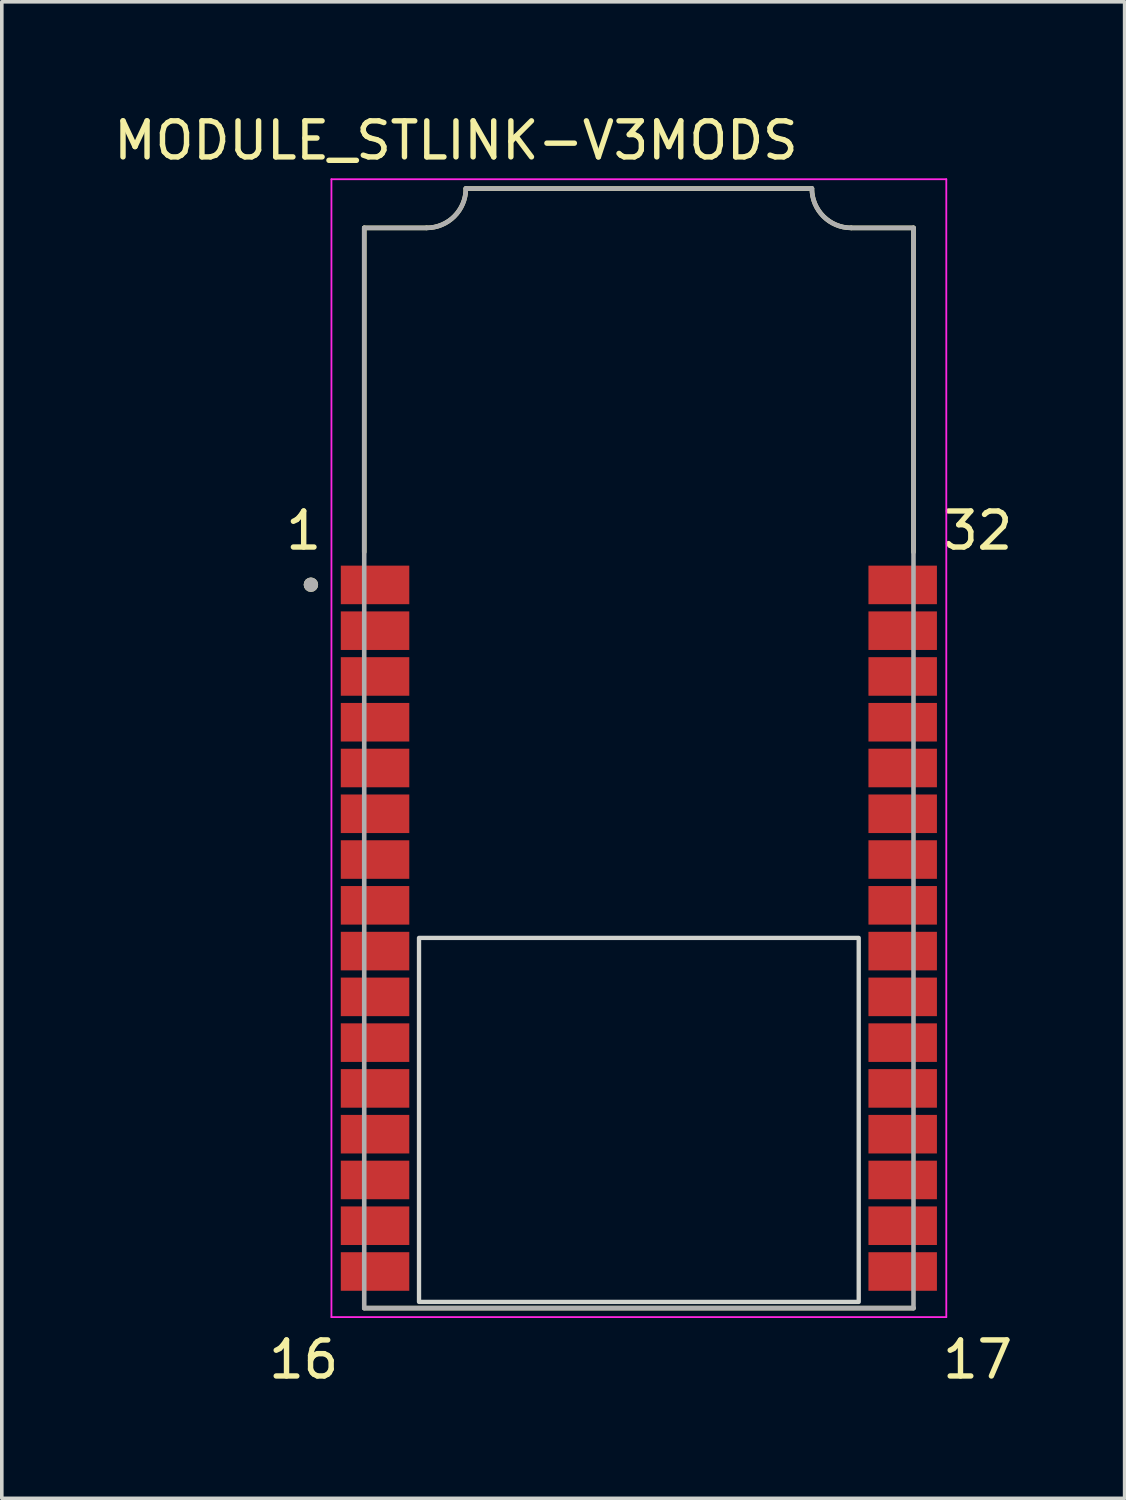
<source format=kicad_pcb>
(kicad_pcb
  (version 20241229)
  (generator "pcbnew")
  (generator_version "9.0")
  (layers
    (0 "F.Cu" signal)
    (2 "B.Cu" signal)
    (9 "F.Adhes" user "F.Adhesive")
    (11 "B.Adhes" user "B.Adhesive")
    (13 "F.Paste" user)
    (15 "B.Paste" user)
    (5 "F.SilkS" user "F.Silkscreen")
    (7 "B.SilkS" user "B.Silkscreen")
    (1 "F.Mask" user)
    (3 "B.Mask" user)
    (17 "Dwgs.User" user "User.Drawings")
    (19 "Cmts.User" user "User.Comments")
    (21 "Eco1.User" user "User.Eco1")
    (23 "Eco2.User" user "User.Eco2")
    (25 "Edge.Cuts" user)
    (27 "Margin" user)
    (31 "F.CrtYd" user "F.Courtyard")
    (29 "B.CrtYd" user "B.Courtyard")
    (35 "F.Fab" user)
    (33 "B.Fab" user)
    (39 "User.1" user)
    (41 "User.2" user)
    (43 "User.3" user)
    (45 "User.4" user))
  (footprint "MODULE_STLINK-V3MODS"
    (layer "F.Cu")
    (at 14.676 3.273)
    (property "Reference" "MODULE_STLINK-V3MODS" (at -5.075 -2.425 0) (layer "F.SilkS") (effects (font (size 1 1) (thickness 0.15))))
    (attr through_hole)
    (fp_line (start -7.62 0) (end -5.893 0) (stroke (width 0.127) (type solid)) (layer "F.SilkS"))
    (fp_line (start -7.62 8.995) (end -7.62 0) (stroke (width 0.127) (type solid)) (layer "F.SilkS"))
    (fp_line (start -7.62 29.972) (end 7.62 29.972) (stroke (width 0.127) (type solid)) (layer "F.SilkS"))
    (fp_line (start -4.801 -1.092) (end 4.801 -1.092) (stroke (width 0.127) (type solid)) (layer "F.SilkS"))
    (fp_line (start 5.893 0) (end 7.62 0) (stroke (width 0.127) (type solid)) (layer "F.SilkS"))
    (fp_line (start 7.62 8.995) (end 7.62 0) (stroke (width 0.127) (type solid)) (layer "F.SilkS"))
    (fp_arc (start -4.8006 -1.0922) (mid -5.120498 -0.319898) (end -5.8928 0) (stroke (width 0.127) (type solid)) (layer "F.SilkS"))
    (fp_arc (start 5.8928 0) (mid 5.120498 -0.319898) (end 4.8006 -1.0922) (stroke (width 0.127) (type solid)) (layer "F.SilkS"))
    (fp_circle (center -9.1 9.9) (end -9 9.9) (stroke (width 0.2) (type solid)) (fill no) (layer "F.SilkS"))
    (fp_rect (start -6.1 19.7) (end 6.1 29.8) (stroke (width 0.12) (type solid)) (fill no) (layer "Edge.Cuts"))
    (fp_line (start -8.53 -1.35) (end 8.53 -1.35) (stroke (width 0.05) (type solid)) (layer "F.CrtYd"))
    (fp_line (start -8.53 30.222) (end -8.53 -1.35) (stroke (width 0.05) (type solid)) (layer "F.CrtYd"))
    (fp_line (start 8.53 -1.35) (end 8.53 30.222) (stroke (width 0.05) (type solid)) (layer "F.CrtYd"))
    (fp_line (start 8.53 30.222) (end -8.53 30.222) (stroke (width 0.05) (type solid)) (layer "F.CrtYd"))
    (fp_line (start -7.62 0) (end -5.893 0) (stroke (width 0.127) (type solid)) (layer "F.Fab"))
    (fp_line (start -7.62 29.972) (end -7.62 0) (stroke (width 0.127) (type solid)) (layer "F.Fab"))
    (fp_line (start -7.62 29.972) (end 7.62 29.972) (stroke (width 0.127) (type solid)) (layer "F.Fab"))
    (fp_line (start -4.801 -1.092) (end 4.801 -1.092) (stroke (width 0.127) (type solid)) (layer "F.Fab"))
    (fp_line (start 5.893 0) (end 7.62 0) (stroke (width 0.127) (type solid)) (layer "F.Fab"))
    (fp_line (start 7.62 29.972) (end 7.62 0) (stroke (width 0.127) (type solid)) (layer "F.Fab"))
    (fp_arc (start -4.8006 -1.0922) (mid -5.120498 -0.319898) (end -5.8928 0) (stroke (width 0.127) (type solid)) (layer "F.Fab"))
    (fp_arc (start 5.8928 0) (mid 5.120498 -0.319898) (end 4.8006 -1.0922) (stroke (width 0.127) (type solid)) (layer "F.Fab"))
    (fp_circle (center -9.1 9.9) (end -9 9.9) (stroke (width 0.2) (type solid)) (fill no) (layer "F.Fab"))
    (fp_text user "32" (at 9.4 8.4 0) (unlocked yes) (layer "F.SilkS") (effects (font (size 1 1) (thickness 0.15))))
    (fp_text user "1" (at -9.3 8.4 0) (unlocked yes) (layer "F.SilkS") (effects (font (size 1 1) (thickness 0.15))))
    (fp_text user "16" (at -9.3 31.4 0) (unlocked yes) (layer "F.SilkS") (effects (font (size 1 1) (thickness 0.15))))
    (fp_text user "17" (at 9.4 31.4 0) (unlocked yes) (layer "F.SilkS") (effects (font (size 1 1) (thickness 0.15))))
    (pad "1" smd rect (at -7.32 9.906) (size 1.9 1.07) (layers "F.Cu" "F.Mask" "F.Paste"))
    (pad "2" smd rect (at -7.32 11.176) (size 1.9 1.07) (layers "F.Cu" "F.Mask" "F.Paste"))
    (pad "3" smd rect (at -7.32 12.446) (size 1.9 1.07) (layers "F.Cu" "F.Mask" "F.Paste"))
    (pad "4" smd rect (at -7.32 13.716) (size 1.9 1.07) (layers "F.Cu" "F.Mask" "F.Paste"))
    (pad "5" smd rect (at -7.32 14.986) (size 1.9 1.07) (layers "F.Cu" "F.Mask" "F.Paste"))
    (pad "6" smd rect (at -7.32 16.256) (size 1.9 1.07) (layers "F.Cu" "F.Mask" "F.Paste"))
    (pad "7" smd rect (at -7.32 17.526) (size 1.9 1.07) (layers "F.Cu" "F.Mask" "F.Paste"))
    (pad "8" smd rect (at -7.32 18.796) (size 1.9 1.07) (layers "F.Cu" "F.Mask" "F.Paste"))
    (pad "9" smd rect (at -7.32 20.066) (size 1.9 1.07) (layers "F.Cu" "F.Mask" "F.Paste"))
    (pad "10" smd rect (at -7.32 21.336) (size 1.9 1.07) (layers "F.Cu" "F.Mask" "F.Paste"))
    (pad "11" smd rect (at -7.32 22.606) (size 1.9 1.07) (layers "F.Cu" "F.Mask" "F.Paste"))
    (pad "12" smd rect (at -7.32 23.876) (size 1.9 1.07) (layers "F.Cu" "F.Mask" "F.Paste"))
    (pad "13" smd rect (at -7.32 25.146) (size 1.9 1.07) (layers "F.Cu" "F.Mask" "F.Paste"))
    (pad "14" smd rect (at -7.32 26.416) (size 1.9 1.07) (layers "F.Cu" "F.Mask" "F.Paste"))
    (pad "15" smd rect (at -7.32 27.686) (size 1.9 1.07) (layers "F.Cu" "F.Mask" "F.Paste"))
    (pad "16" smd rect (at -7.32 28.956) (size 1.9 1.07) (layers "F.Cu" "F.Mask" "F.Paste"))
    (pad "17" smd rect (at 7.32 28.956 180) (size 1.9 1.07) (layers "F.Cu" "F.Mask" "F.Paste"))
    (pad "18" smd rect (at 7.32 27.686 180) (size 1.9 1.07) (layers "F.Cu" "F.Mask" "F.Paste"))
    (pad "19" smd rect (at 7.32 26.416 180) (size 1.9 1.07) (layers "F.Cu" "F.Mask" "F.Paste"))
    (pad "20" smd rect (at 7.32 25.146 180) (size 1.9 1.07) (layers "F.Cu" "F.Mask" "F.Paste"))
    (pad "21" smd rect (at 7.32 23.876 180) (size 1.9 1.07) (layers "F.Cu" "F.Mask" "F.Paste"))
    (pad "22" smd rect (at 7.32 22.606 180) (size 1.9 1.07) (layers "F.Cu" "F.Mask" "F.Paste"))
    (pad "23" smd rect (at 7.32 21.336 180) (size 1.9 1.07) (layers "F.Cu" "F.Mask" "F.Paste"))
    (pad "24" smd rect (at 7.32 20.066 180) (size 1.9 1.07) (layers "F.Cu" "F.Mask" "F.Paste"))
    (pad "25" smd rect (at 7.32 18.796 180) (size 1.9 1.07) (layers "F.Cu" "F.Mask" "F.Paste"))
    (pad "26" smd rect (at 7.32 17.526 180) (size 1.9 1.07) (layers "F.Cu" "F.Mask" "F.Paste"))
    (pad "27" smd rect (at 7.32 16.256 180) (size 1.9 1.07) (layers "F.Cu" "F.Mask" "F.Paste"))
    (pad "28" smd rect (at 7.32 14.986 180) (size 1.9 1.07) (layers "F.Cu" "F.Mask" "F.Paste"))
    (pad "29" smd rect (at 7.32 13.716 180) (size 1.9 1.07) (layers "F.Cu" "F.Mask" "F.Paste"))
    (pad "30" smd rect (at 7.32 12.446 180) (size 1.9 1.07) (layers "F.Cu" "F.Mask" "F.Paste"))
    (pad "31" smd rect (at 7.32 11.176 180) (size 1.9 1.07) (layers "F.Cu" "F.Mask" "F.Paste"))
    (pad "32" smd rect (at 7.32 9.906 180) (size 1.9 1.07) (layers "F.Cu" "F.Mask" "F.Paste")))
  (gr_rect
    (start -3 -3)
    (end 28.154 38.522)
    (stroke (width 0.1) (type default))
    (fill no)
    (layer "Edge.Cuts")))
</source>
